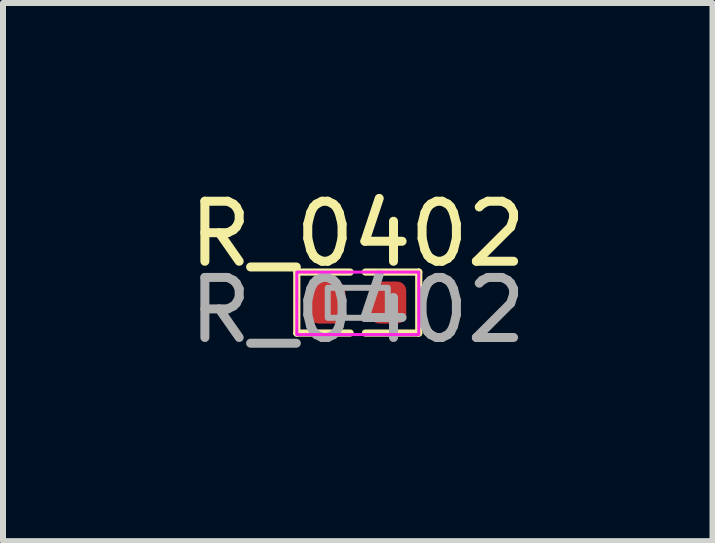
<source format=kicad_pcb>
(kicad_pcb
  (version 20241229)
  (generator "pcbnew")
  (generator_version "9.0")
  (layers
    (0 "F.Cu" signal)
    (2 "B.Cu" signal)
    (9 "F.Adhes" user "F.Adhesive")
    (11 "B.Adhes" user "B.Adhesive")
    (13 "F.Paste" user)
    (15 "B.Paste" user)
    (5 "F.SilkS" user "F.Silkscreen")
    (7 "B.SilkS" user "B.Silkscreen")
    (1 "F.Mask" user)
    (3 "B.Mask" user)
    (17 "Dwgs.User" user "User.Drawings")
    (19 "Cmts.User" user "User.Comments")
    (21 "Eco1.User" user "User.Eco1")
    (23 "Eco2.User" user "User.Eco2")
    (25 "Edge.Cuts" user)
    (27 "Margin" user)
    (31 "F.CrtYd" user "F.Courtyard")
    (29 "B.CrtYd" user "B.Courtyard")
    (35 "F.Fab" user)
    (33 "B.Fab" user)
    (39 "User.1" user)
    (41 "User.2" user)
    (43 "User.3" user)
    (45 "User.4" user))
  (footprint "R_0402"
    (layer "F.Cu")
    (at 2.911 1.991)
    (property "Reference" "R_0402" (at 0 -1.143 0) (unlocked yes) (layer "F.SilkS") (effects (font (size 1 1) (thickness 0.15))))
    (attr smd)
    (fp_line (start -1.016 -0.508) (end -0.127 -0.508) (stroke (width 0.12) (type default)) (layer "F.SilkS"))
    (fp_line (start -1.016 0.508) (end -1.016 -0.508) (stroke (width 0.12) (type default)) (layer "F.SilkS"))
    (fp_line (start -0.127 0.508) (end -1.016 0.508) (stroke (width 0.12) (type default)) (layer "F.SilkS"))
    (fp_line (start 0.127 -0.508) (end 1.016 -0.508) (stroke (width 0.12) (type default)) (layer "F.SilkS"))
    (fp_line (start 1.016 -0.508) (end 1.016 0.508) (stroke (width 0.12) (type default)) (layer "F.SilkS"))
    (fp_line (start 1.016 0.508) (end 0.127 0.508) (stroke (width 0.12) (type default)) (layer "F.SilkS"))
    (fp_rect (start -1.016 -0.508) (end 1.016 0.533) (stroke (width 0.05) (type default)) (fill no) (layer "F.CrtYd"))
    (fp_rect (start -0.5 -0.246) (end 0.5 0.254) (stroke (width 0.1) (type default)) (fill no) (layer "F.Fab"))
    (fp_text user "${REFERENCE}" (at 0 0.127 0) (unlocked yes) (layer "F.Fab") (effects (font (size 1 1) (thickness 0.15))))
    (pad "1" smd roundrect (at -0.508 0) (size 0.6 0.7) (layers "F.Cu" "F.Mask" "F.Paste") (roundrect_rratio 0.25))
    (pad "2" smd roundrect (at 0.508 0) (size 0.6 0.7) (layers "F.Cu" "F.Mask" "F.Paste") (roundrect_rratio 0.25)))
  (gr_rect
    (start -3 -3)
    (end 8.821 5.966)
    (stroke (width 0.1) (type default))
    (fill no)
    (layer "Edge.Cuts")))
</source>
